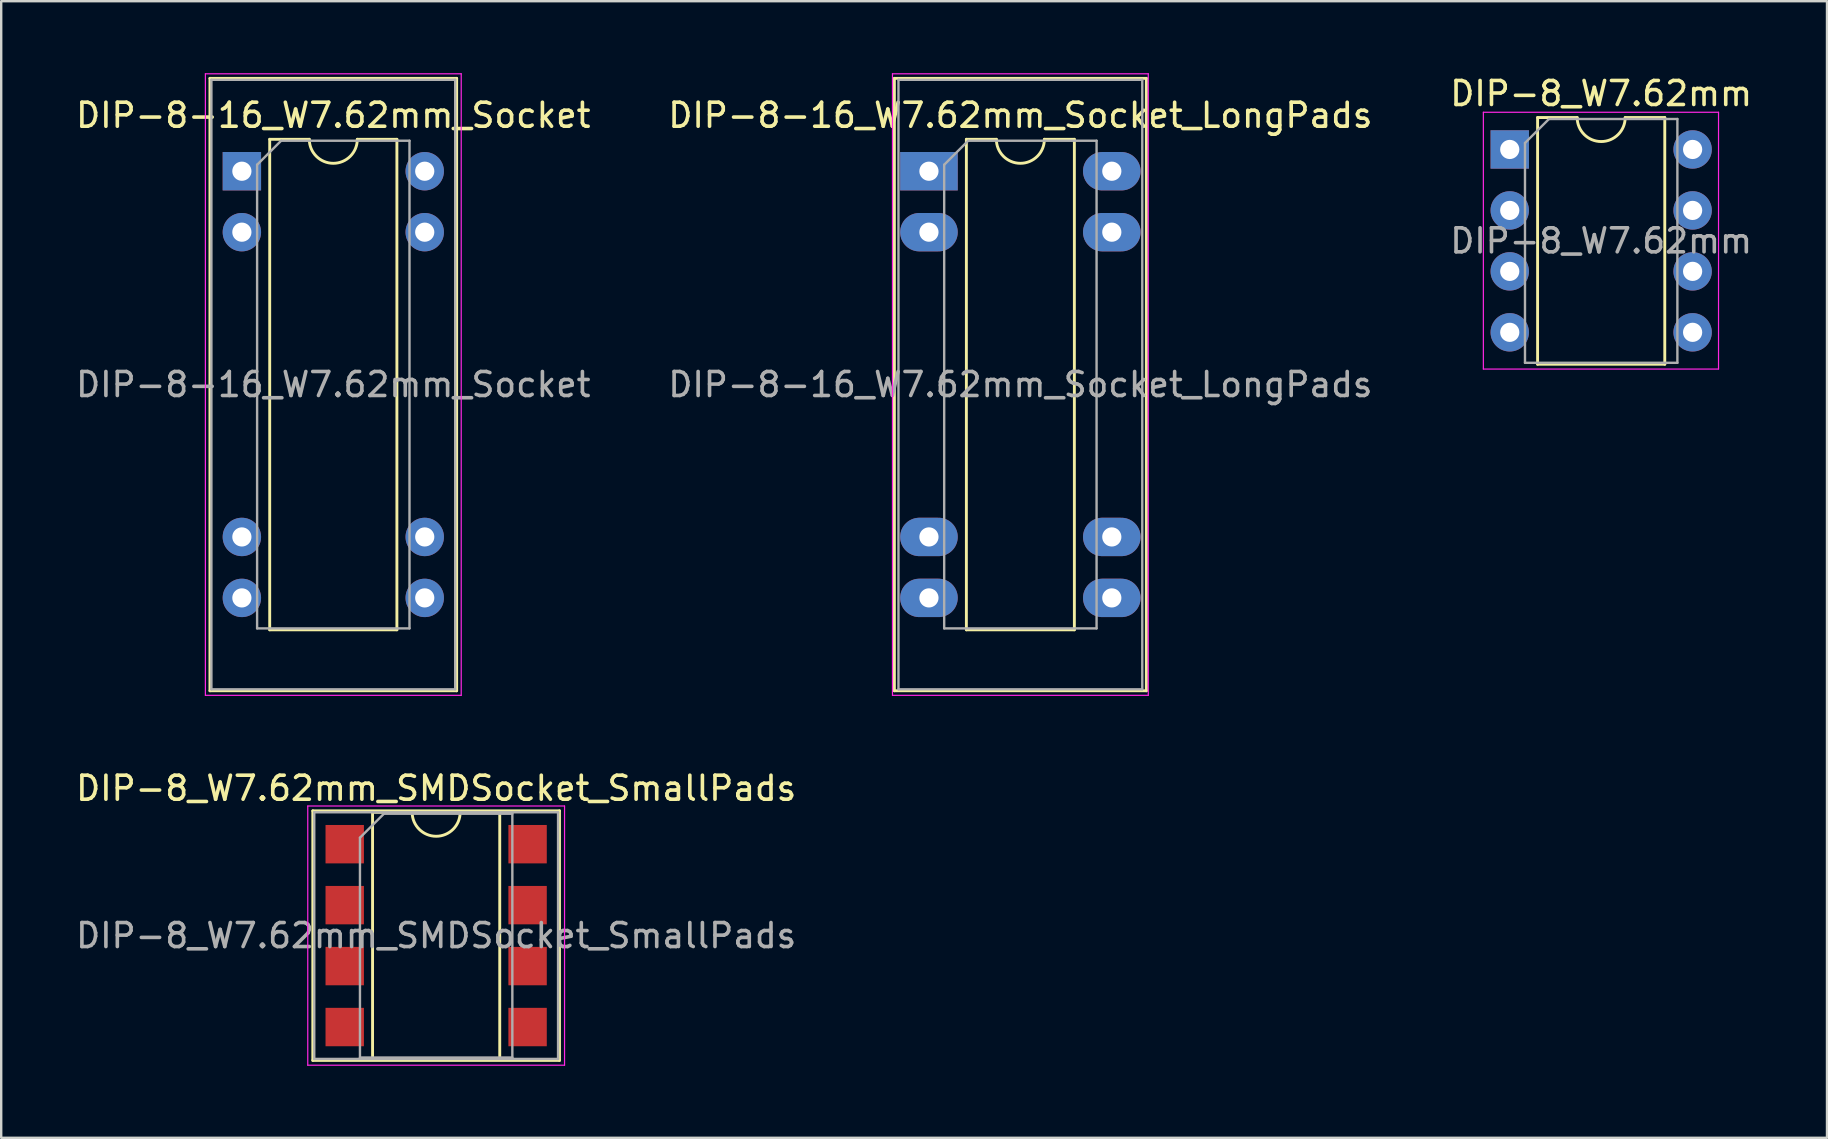
<source format=kicad_pcb>
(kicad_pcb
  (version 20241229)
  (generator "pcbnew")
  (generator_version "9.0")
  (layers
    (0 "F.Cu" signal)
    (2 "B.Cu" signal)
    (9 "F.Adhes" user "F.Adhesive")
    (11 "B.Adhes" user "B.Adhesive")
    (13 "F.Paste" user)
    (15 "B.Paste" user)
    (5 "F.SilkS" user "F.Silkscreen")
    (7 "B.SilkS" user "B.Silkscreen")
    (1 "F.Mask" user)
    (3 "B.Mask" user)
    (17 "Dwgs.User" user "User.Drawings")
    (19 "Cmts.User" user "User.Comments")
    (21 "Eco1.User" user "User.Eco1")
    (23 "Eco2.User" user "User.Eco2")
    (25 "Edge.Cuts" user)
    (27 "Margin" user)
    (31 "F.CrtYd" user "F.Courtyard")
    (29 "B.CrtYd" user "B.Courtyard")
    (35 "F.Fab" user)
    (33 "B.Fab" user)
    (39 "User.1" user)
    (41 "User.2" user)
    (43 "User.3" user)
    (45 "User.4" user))
  (footprint "DIP-8-16_W7.62mm_Socket"
    (layer "F.Cu")
    (at 7.029 4.085)
    (property "Reference" "DIP-8-16_W7.62mm_Socket" (at 3.81 -2.33 0) (layer "F.SilkS") (effects (font (size 1 1) (thickness 0.15))))
    (attr through_hole)
    (fp_line (start -1.33 -3.87) (end -1.33 21.65) (stroke (width 0.12) (type solid)) (layer "F.SilkS"))
    (fp_line (start -1.33 21.65) (end 8.95 21.65) (stroke (width 0.12) (type solid)) (layer "F.SilkS"))
    (fp_line (start 1.16 -1.33) (end 1.16 19.11) (stroke (width 0.12) (type solid)) (layer "F.SilkS"))
    (fp_line (start 1.16 19.11) (end 6.46 19.11) (stroke (width 0.12) (type solid)) (layer "F.SilkS"))
    (fp_line (start 2.81 -1.33) (end 1.16 -1.33) (stroke (width 0.12) (type solid)) (layer "F.SilkS"))
    (fp_line (start 6.46 -1.33) (end 4.81 -1.33) (stroke (width 0.12) (type solid)) (layer "F.SilkS"))
    (fp_line (start 6.46 19.11) (end 6.46 -1.33) (stroke (width 0.12) (type solid)) (layer "F.SilkS"))
    (fp_line (start 8.95 -3.87) (end -1.33 -3.87) (stroke (width 0.12) (type solid)) (layer "F.SilkS"))
    (fp_line (start 8.95 21.65) (end 8.95 -3.87) (stroke (width 0.12) (type solid)) (layer "F.SilkS"))
    (fp_arc (start 4.81 -1.33) (mid 3.81 -0.33) (end 2.81 -1.33) (stroke (width 0.12) (type solid)) (layer "F.SilkS"))
    (fp_line (start -1.52 -4.06) (end -1.52 21.84) (stroke (width 0.05) (type solid)) (layer "F.CrtYd"))
    (fp_line (start -1.52 21.84) (end 9.14 21.84) (stroke (width 0.05) (type solid)) (layer "F.CrtYd"))
    (fp_line (start 9.14 -4.06) (end -1.52 -4.06) (stroke (width 0.05) (type solid)) (layer "F.CrtYd"))
    (fp_line (start 9.14 21.84) (end 9.14 -4.06) (stroke (width 0.05) (type solid)) (layer "F.CrtYd"))
    (fp_line (start -1.27 -3.81) (end -1.27 21.59) (stroke (width 0.1) (type solid)) (layer "F.Fab"))
    (fp_line (start -1.27 21.59) (end 8.89 21.59) (stroke (width 0.1) (type solid)) (layer "F.Fab"))
    (fp_line (start 0.635 -0.27) (end 1.635 -1.27) (stroke (width 0.1) (type solid)) (layer "F.Fab"))
    (fp_line (start 0.635 19.05) (end 0.635 -0.27) (stroke (width 0.1) (type solid)) (layer "F.Fab"))
    (fp_line (start 1.635 -1.27) (end 6.985 -1.27) (stroke (width 0.1) (type solid)) (layer "F.Fab"))
    (fp_line (start 6.985 -1.27) (end 6.985 19.05) (stroke (width 0.1) (type solid)) (layer "F.Fab"))
    (fp_line (start 6.985 19.05) (end 0.635 19.05) (stroke (width 0.1) (type solid)) (layer "F.Fab"))
    (fp_line (start 8.89 -3.81) (end -1.27 -3.81) (stroke (width 0.1) (type solid)) (layer "F.Fab"))
    (fp_line (start 8.89 21.59) (end 8.89 -3.81) (stroke (width 0.1) (type solid)) (layer "F.Fab"))
    (fp_text user "${REFERENCE}" (at 3.81 8.89 0) (layer "F.Fab") (effects (font (size 1 1) (thickness 0.15))))
    (pad "1" thru_hole rect (at 0 0) (size 1.6 1.6) (drill 0.8) (layers "*.Cu" "*.Mask"))
    (pad "2" thru_hole circle (at 0 2.54) (size 1.6 1.6) (drill 0.8) (layers "*.Cu" "*.Mask"))
    (pad "3" thru_hole circle (at 0 15.24) (size 1.6 1.6) (drill 0.8) (layers "*.Cu" "*.Mask"))
    (pad "4" thru_hole circle (at 0 17.78) (size 1.6 1.6) (drill 0.8) (layers "*.Cu" "*.Mask"))
    (pad "5" thru_hole circle (at 7.62 17.78) (size 1.6 1.6) (drill 0.8) (layers "*.Cu" "*.Mask"))
    (pad "6" thru_hole circle (at 7.62 15.24) (size 1.6 1.6) (drill 0.8) (layers "*.Cu" "*.Mask"))
    (pad "7" thru_hole circle (at 7.62 2.54) (size 1.6 1.6) (drill 0.8) (layers "*.Cu" "*.Mask"))
    (pad "8" thru_hole circle (at 7.62 0) (size 1.6 1.6) (drill 0.8) (layers "*.Cu" "*.Mask")))
  (footprint "DIP-8-16_W7.62mm_Socket_LongPads"
    (layer "F.Cu")
    (at 35.66 4.085)
    (property "Reference" "DIP-8-16_W7.62mm_Socket_LongPads" (at 3.81 -2.33 0) (layer "F.SilkS") (effects (font (size 1 1) (thickness 0.15))))
    (attr through_hole)
    (fp_line (start -1.44 -3.87) (end -1.44 21.65) (stroke (width 0.12) (type solid)) (layer "F.SilkS"))
    (fp_line (start -1.44 21.65) (end 9.06 21.65) (stroke (width 0.12) (type solid)) (layer "F.SilkS"))
    (fp_line (start 1.56 -1.33) (end 1.56 19.11) (stroke (width 0.12) (type solid)) (layer "F.SilkS"))
    (fp_line (start 1.56 19.11) (end 6.06 19.11) (stroke (width 0.12) (type solid)) (layer "F.SilkS"))
    (fp_line (start 2.81 -1.33) (end 1.56 -1.33) (stroke (width 0.12) (type solid)) (layer "F.SilkS"))
    (fp_line (start 6.06 -1.33) (end 4.81 -1.33) (stroke (width 0.12) (type solid)) (layer "F.SilkS"))
    (fp_line (start 6.06 19.11) (end 6.06 -1.33) (stroke (width 0.12) (type solid)) (layer "F.SilkS"))
    (fp_line (start 9.06 -3.87) (end -1.44 -3.87) (stroke (width 0.12) (type solid)) (layer "F.SilkS"))
    (fp_line (start 9.06 21.65) (end 9.06 -3.87) (stroke (width 0.12) (type solid)) (layer "F.SilkS"))
    (fp_arc (start 4.81 -1.33) (mid 3.81 -0.33) (end 2.81 -1.33) (stroke (width 0.12) (type solid)) (layer "F.SilkS"))
    (fp_line (start -1.52 -4.06) (end -1.52 21.84) (stroke (width 0.05) (type solid)) (layer "F.CrtYd"))
    (fp_line (start -1.52 21.84) (end 9.14 21.84) (stroke (width 0.05) (type solid)) (layer "F.CrtYd"))
    (fp_line (start 9.14 -4.06) (end -1.52 -4.06) (stroke (width 0.05) (type solid)) (layer "F.CrtYd"))
    (fp_line (start 9.14 21.84) (end 9.14 -4.06) (stroke (width 0.05) (type solid)) (layer "F.CrtYd"))
    (fp_line (start -1.27 -3.81) (end -1.27 21.59) (stroke (width 0.1) (type solid)) (layer "F.Fab"))
    (fp_line (start -1.27 21.59) (end 8.89 21.59) (stroke (width 0.1) (type solid)) (layer "F.Fab"))
    (fp_line (start 0.635 -0.27) (end 1.635 -1.27) (stroke (width 0.1) (type solid)) (layer "F.Fab"))
    (fp_line (start 0.635 19.05) (end 0.635 -0.27) (stroke (width 0.1) (type solid)) (layer "F.Fab"))
    (fp_line (start 1.635 -1.27) (end 6.985 -1.27) (stroke (width 0.1) (type solid)) (layer "F.Fab"))
    (fp_line (start 6.985 -1.27) (end 6.985 19.05) (stroke (width 0.1) (type solid)) (layer "F.Fab"))
    (fp_line (start 6.985 19.05) (end 0.635 19.05) (stroke (width 0.1) (type solid)) (layer "F.Fab"))
    (fp_line (start 8.89 -3.81) (end -1.27 -3.81) (stroke (width 0.1) (type solid)) (layer "F.Fab"))
    (fp_line (start 8.89 21.59) (end 8.89 -3.81) (stroke (width 0.1) (type solid)) (layer "F.Fab"))
    (fp_text user "${REFERENCE}" (at 3.81 8.89 0) (layer "F.Fab") (effects (font (size 1 1) (thickness 0.15))))
    (pad "1" thru_hole rect (at 0 0) (size 2.4 1.6) (drill 0.8) (layers "*.Cu" "*.Mask"))
    (pad "2" thru_hole oval (at 0 2.54) (size 2.4 1.6) (drill 0.8) (layers "*.Cu" "*.Mask"))
    (pad "3" thru_hole oval (at 0 15.24) (size 2.4 1.6) (drill 0.8) (layers "*.Cu" "*.Mask"))
    (pad "4" thru_hole oval (at 0 17.78) (size 2.4 1.6) (drill 0.8) (layers "*.Cu" "*.Mask"))
    (pad "5" thru_hole oval (at 7.62 17.78) (size 2.4 1.6) (drill 0.8) (layers "*.Cu" "*.Mask"))
    (pad "6" thru_hole oval (at 7.62 15.24) (size 2.4 1.6) (drill 0.8) (layers "*.Cu" "*.Mask"))
    (pad "7" thru_hole oval (at 7.62 2.54) (size 2.4 1.6) (drill 0.8) (layers "*.Cu" "*.Mask"))
    (pad "8" thru_hole oval (at 7.62 0) (size 2.4 1.6) (drill 0.8) (layers "*.Cu" "*.Mask")))
  (footprint "DIP-8_W7.62mm_SMDSocket_SmallPads"
    (layer "F.Cu")
    (at 15.125 35.938)
    (property "Reference" "DIP-8_W7.62mm_SMDSocket_SmallPads" (at 0 -6.14 0) (layer "F.SilkS") (effects (font (size 1 1) (thickness 0.15))))
    (attr smd)
    (fp_line (start -5.14 -5.2) (end -5.14 5.2) (stroke (width 0.12) (type solid)) (layer "F.SilkS"))
    (fp_line (start -5.14 5.2) (end 5.14 5.2) (stroke (width 0.12) (type solid)) (layer "F.SilkS"))
    (fp_line (start -2.65 -5.14) (end -2.65 5.14) (stroke (width 0.12) (type solid)) (layer "F.SilkS"))
    (fp_line (start -2.65 5.14) (end 2.65 5.14) (stroke (width 0.12) (type solid)) (layer "F.SilkS"))
    (fp_line (start -1 -5.14) (end -2.65 -5.14) (stroke (width 0.12) (type solid)) (layer "F.SilkS"))
    (fp_line (start 2.65 -5.14) (end 1 -5.14) (stroke (width 0.12) (type solid)) (layer "F.SilkS"))
    (fp_line (start 2.65 5.14) (end 2.65 -5.14) (stroke (width 0.12) (type solid)) (layer "F.SilkS"))
    (fp_line (start 5.14 -5.2) (end -5.14 -5.2) (stroke (width 0.12) (type solid)) (layer "F.SilkS"))
    (fp_line (start 5.14 5.2) (end 5.14 -5.2) (stroke (width 0.12) (type solid)) (layer "F.SilkS"))
    (fp_arc (start 1 -5.14) (mid 0 -4.14) (end -1 -5.14) (stroke (width 0.12) (type solid)) (layer "F.SilkS"))
    (fp_line (start -5.35 -5.4) (end -5.35 5.4) (stroke (width 0.05) (type solid)) (layer "F.CrtYd"))
    (fp_line (start -5.35 5.4) (end 5.35 5.4) (stroke (width 0.05) (type solid)) (layer "F.CrtYd"))
    (fp_line (start 5.35 -5.4) (end -5.35 -5.4) (stroke (width 0.05) (type solid)) (layer "F.CrtYd"))
    (fp_line (start 5.35 5.4) (end 5.35 -5.4) (stroke (width 0.05) (type solid)) (layer "F.CrtYd"))
    (fp_line (start -5.08 -5.14) (end -5.08 5.14) (stroke (width 0.1) (type solid)) (layer "F.Fab"))
    (fp_line (start -5.08 5.14) (end 5.08 5.14) (stroke (width 0.1) (type solid)) (layer "F.Fab"))
    (fp_line (start -3.175 -4.08) (end -2.175 -5.08) (stroke (width 0.1) (type solid)) (layer "F.Fab"))
    (fp_line (start -3.175 5.08) (end -3.175 -4.08) (stroke (width 0.1) (type solid)) (layer "F.Fab"))
    (fp_line (start -2.175 -5.08) (end 3.175 -5.08) (stroke (width 0.1) (type solid)) (layer "F.Fab"))
    (fp_line (start 3.175 -5.08) (end 3.175 5.08) (stroke (width 0.1) (type solid)) (layer "F.Fab"))
    (fp_line (start 3.175 5.08) (end -3.175 5.08) (stroke (width 0.1) (type solid)) (layer "F.Fab"))
    (fp_line (start 5.08 -5.14) (end -5.08 -5.14) (stroke (width 0.1) (type solid)) (layer "F.Fab"))
    (fp_line (start 5.08 5.14) (end 5.08 -5.14) (stroke (width 0.1) (type solid)) (layer "F.Fab"))
    (fp_text user "${REFERENCE}" (at 0 0 0) (layer "F.Fab") (effects (font (size 1 1) (thickness 0.15))))
    (pad "1" smd rect (at -3.81 -3.81) (size 1.6 1.6) (layers "F.Cu" "F.Mask" "F.Paste"))
    (pad "2" smd rect (at -3.81 -1.27) (size 1.6 1.6) (layers "F.Cu" "F.Mask" "F.Paste"))
    (pad "3" smd rect (at -3.81 1.27) (size 1.6 1.6) (layers "F.Cu" "F.Mask" "F.Paste"))
    (pad "4" smd rect (at -3.81 3.81) (size 1.6 1.6) (layers "F.Cu" "F.Mask" "F.Paste"))
    (pad "5" smd rect (at 3.81 3.81) (size 1.6 1.6) (layers "F.Cu" "F.Mask" "F.Paste"))
    (pad "6" smd rect (at 3.81 1.27) (size 1.6 1.6) (layers "F.Cu" "F.Mask" "F.Paste"))
    (pad "7" smd rect (at 3.81 -1.27) (size 1.6 1.6) (layers "F.Cu" "F.Mask" "F.Paste"))
    (pad "8" smd rect (at 3.81 -3.81) (size 1.6 1.6) (layers "F.Cu" "F.Mask" "F.Paste")))
  (footprint "DIP-8_W7.62mm"
    (layer "F.Cu")
    (at 59.863 3.178)
    (property "Reference" "DIP-8_W7.62mm" (at 3.81 -2.33 0) (layer "F.SilkS") (effects (font (size 1 1) (thickness 0.15))))
    (attr through_hole)
    (fp_line (start 1.16 -1.33) (end 1.16 8.95) (stroke (width 0.12) (type solid)) (layer "F.SilkS"))
    (fp_line (start 1.16 8.95) (end 6.46 8.95) (stroke (width 0.12) (type solid)) (layer "F.SilkS"))
    (fp_line (start 2.81 -1.33) (end 1.16 -1.33) (stroke (width 0.12) (type solid)) (layer "F.SilkS"))
    (fp_line (start 6.46 -1.33) (end 4.81 -1.33) (stroke (width 0.12) (type solid)) (layer "F.SilkS"))
    (fp_line (start 6.46 8.95) (end 6.46 -1.33) (stroke (width 0.12) (type solid)) (layer "F.SilkS"))
    (fp_arc (start 4.81 -1.33) (mid 3.81 -0.33) (end 2.81 -1.33) (stroke (width 0.12) (type solid)) (layer "F.SilkS"))
    (fp_line (start -1.1 -1.55) (end -1.1 9.15) (stroke (width 0.05) (type solid)) (layer "F.CrtYd"))
    (fp_line (start -1.1 9.15) (end 8.7 9.15) (stroke (width 0.05) (type solid)) (layer "F.CrtYd"))
    (fp_line (start 8.7 -1.55) (end -1.1 -1.55) (stroke (width 0.05) (type solid)) (layer "F.CrtYd"))
    (fp_line (start 8.7 9.15) (end 8.7 -1.55) (stroke (width 0.05) (type solid)) (layer "F.CrtYd"))
    (fp_line (start 0.635 -0.27) (end 1.635 -1.27) (stroke (width 0.1) (type solid)) (layer "F.Fab"))
    (fp_line (start 0.635 8.89) (end 0.635 -0.27) (stroke (width 0.1) (type solid)) (layer "F.Fab"))
    (fp_line (start 1.635 -1.27) (end 6.985 -1.27) (stroke (width 0.1) (type solid)) (layer "F.Fab"))
    (fp_line (start 6.985 -1.27) (end 6.985 8.89) (stroke (width 0.1) (type solid)) (layer "F.Fab"))
    (fp_line (start 6.985 8.89) (end 0.635 8.89) (stroke (width 0.1) (type solid)) (layer "F.Fab"))
    (fp_text user "${REFERENCE}" (at 3.81 3.81 0) (layer "F.Fab") (effects (font (size 1 1) (thickness 0.15))))
    (pad "1" thru_hole rect (at 0 0) (size 1.6 1.6) (drill 0.8) (layers "*.Cu" "*.Mask"))
    (pad "2" thru_hole oval (at 0 2.54) (size 1.6 1.6) (drill 0.8) (layers "*.Cu" "*.Mask"))
    (pad "3" thru_hole oval (at 0 5.08) (size 1.6 1.6) (drill 0.8) (layers "*.Cu" "*.Mask"))
    (pad "4" thru_hole oval (at 0 7.62) (size 1.6 1.6) (drill 0.8) (layers "*.Cu" "*.Mask"))
    (pad "5" thru_hole oval (at 7.62 7.62) (size 1.6 1.6) (drill 0.8) (layers "*.Cu" "*.Mask"))
    (pad "6" thru_hole oval (at 7.62 5.08) (size 1.6 1.6) (drill 0.8) (layers "*.Cu" "*.Mask"))
    (pad "7" thru_hole oval (at 7.62 2.54) (size 1.6 1.6) (drill 0.8) (layers "*.Cu" "*.Mask"))
    (pad "8" thru_hole oval (at 7.62 0) (size 1.6 1.6) (drill 0.8) (layers "*.Cu" "*.Mask")))
  (gr_rect
    (start -3 -3)
    (end 73.083 44.363)
    (stroke (width 0.1) (type default))
    (fill no)
    (layer "Edge.Cuts")))
</source>
